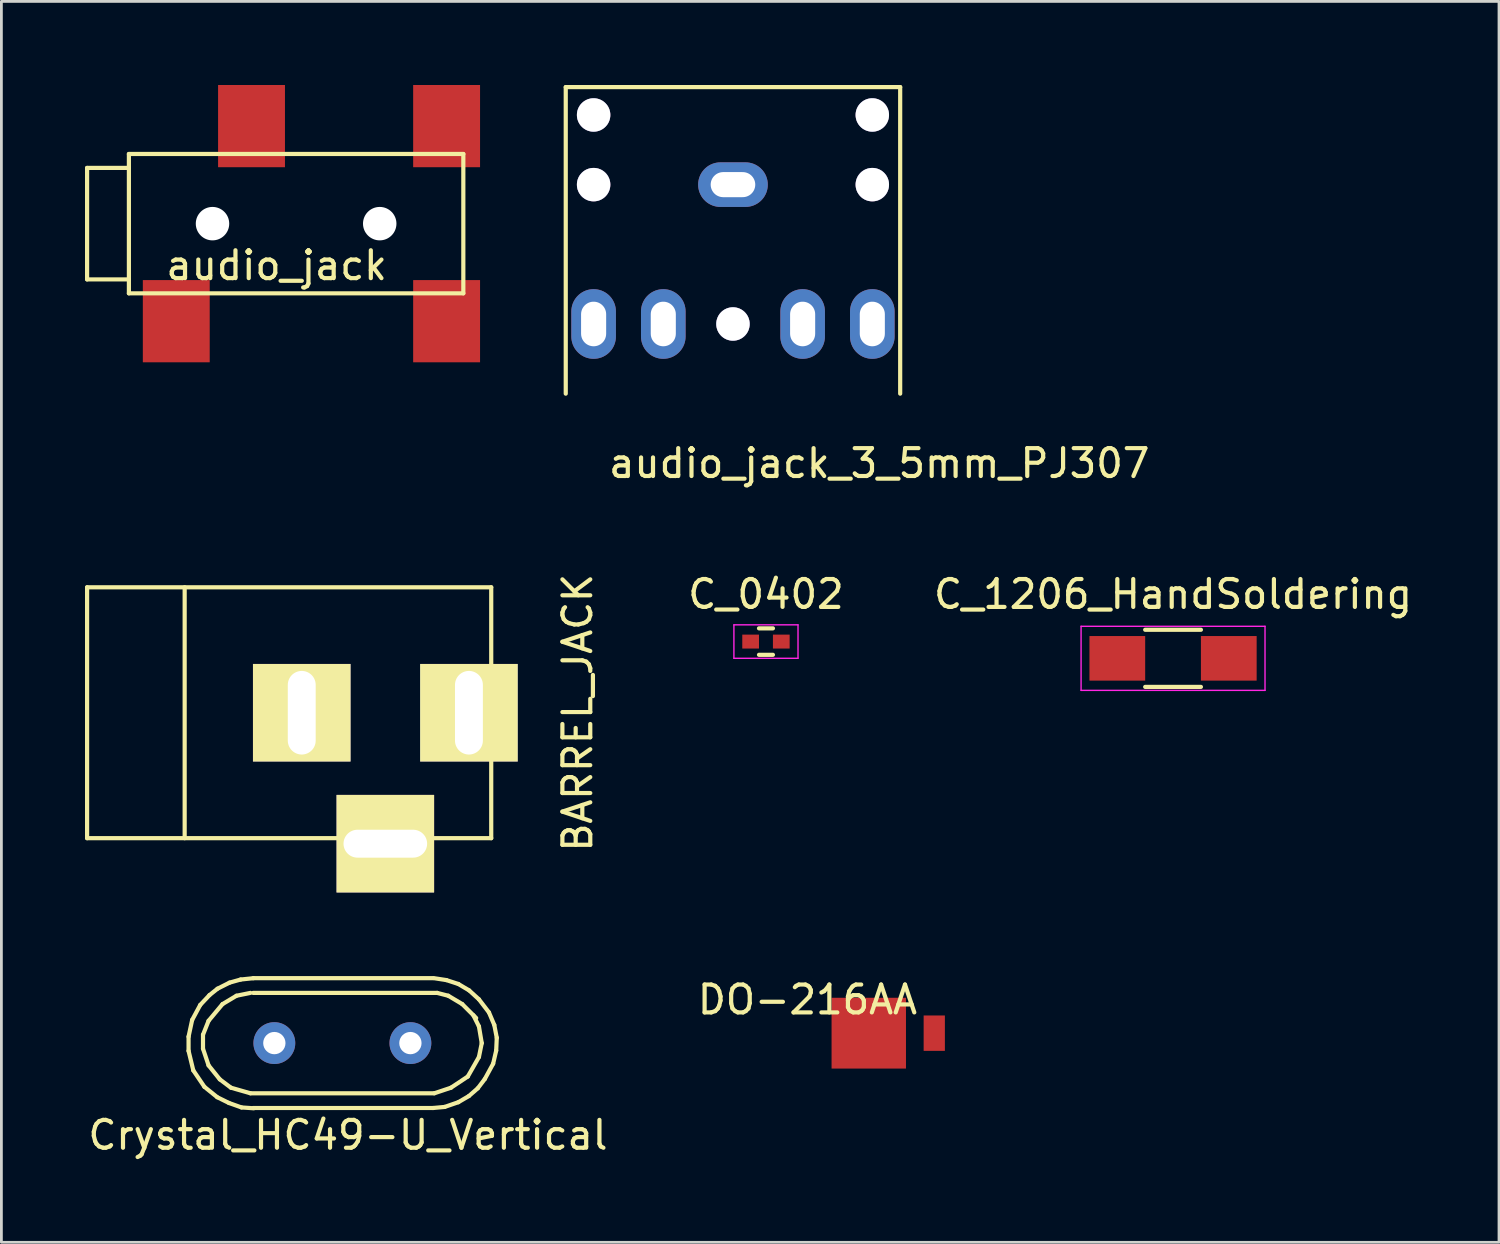
<source format=kicad_pcb>
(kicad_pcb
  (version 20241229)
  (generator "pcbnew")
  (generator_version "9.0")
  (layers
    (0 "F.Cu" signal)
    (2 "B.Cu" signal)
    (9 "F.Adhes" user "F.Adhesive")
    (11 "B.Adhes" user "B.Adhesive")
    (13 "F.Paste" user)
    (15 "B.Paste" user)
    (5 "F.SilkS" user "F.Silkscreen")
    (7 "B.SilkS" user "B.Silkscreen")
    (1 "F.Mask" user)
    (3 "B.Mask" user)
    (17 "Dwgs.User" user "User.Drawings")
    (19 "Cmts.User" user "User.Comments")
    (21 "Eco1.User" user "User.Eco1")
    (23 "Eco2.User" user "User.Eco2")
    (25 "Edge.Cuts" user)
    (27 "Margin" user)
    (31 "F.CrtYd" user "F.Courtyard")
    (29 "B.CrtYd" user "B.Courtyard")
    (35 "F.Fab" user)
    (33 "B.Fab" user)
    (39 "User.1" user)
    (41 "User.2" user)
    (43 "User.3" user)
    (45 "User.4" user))
  (footprint "BARREL_JACK"
    (layer "F.Cu")
    (at 7.576 22.524)
    (property "Reference" "BARREL_JACK" (at 10.099 0 90) (layer "F.SilkS") (effects (font (size 1 1) (thickness 0.15))))
    (attr through_hole)
    (fp_line (start -7.501 -4.501) (end -7.501 4.501) (stroke (width 0.15) (type solid)) (layer "F.SilkS"))
    (fp_line (start -7.501 4.501) (end 7 4.501) (stroke (width 0.15) (type solid)) (layer "F.SilkS"))
    (fp_line (start -4 -4.501) (end -4 4.501) (stroke (width 0.15) (type solid)) (layer "F.SilkS"))
    (fp_line (start 7 -4.501) (end -7.501 -4.501) (stroke (width 0.15) (type solid)) (layer "F.SilkS"))
    (fp_line (start 7 4.501) (end 7 -4.501) (stroke (width 0.15) (type solid)) (layer "F.SilkS"))
    (pad "1" thru_hole rect (at 6.2 0) (size 3.5 3.5) (drill oval 1.001 3) (layers "*.Cu" "*.Mask" "F.SilkS"))
    (pad "2" thru_hole rect (at 0.201 0) (size 3.5 3.5) (drill oval 1.001 3) (layers "*.Cu" "*.Mask" "F.SilkS"))
    (pad "3" thru_hole rect (at 3.2 4.699) (size 3.5 3.5) (drill oval 3 1.001) (layers "*.Cu" "*.Mask" "F.SilkS")))
  (footprint "DO-216AA"
    (layer "F.Cu")
    (at 28.123 34.022)
    (property "Reference" "DO-216AA" (at -2.2 -1.2 0) (layer "F.SilkS") (effects (font (size 1 1) (thickness 0.15))))
    (attr through_hole)
    (pad "1" smd rect (at 2.35 0) (size 0.762 1.27) (layers "F.Cu" "F.Mask" "F.Paste"))
    (pad "2" smd rect (at 0 0) (size 2.67 2.54) (layers "F.Cu" "F.Mask" "F.Paste")))
  (footprint "C_1206_HandSoldering"
    (layer "F.Cu")
    (at 39.041 20.572)
    (property "Reference" "C_1206_HandSoldering" (at 0 -2.3 0) (layer "F.SilkS") (effects (font (size 1 1) (thickness 0.15))))
    (attr smd)
    (fp_line (start -1 1.025) (end 1 1.025) (stroke (width 0.15) (type solid)) (layer "F.SilkS"))
    (fp_line (start 1 -1.025) (end -1 -1.025) (stroke (width 0.15) (type solid)) (layer "F.SilkS"))
    (fp_line (start -3.3 -1.15) (end -3.3 1.15) (stroke (width 0.05) (type solid)) (layer "F.CrtYd"))
    (fp_line (start -3.3 -1.15) (end 3.3 -1.15) (stroke (width 0.05) (type solid)) (layer "F.CrtYd"))
    (fp_line (start -3.3 1.15) (end 3.3 1.15) (stroke (width 0.05) (type solid)) (layer "F.CrtYd"))
    (fp_line (start 3.3 -1.15) (end 3.3 1.15) (stroke (width 0.05) (type solid)) (layer "F.CrtYd"))
    (pad "1" smd rect (at -2 0) (size 2 1.6) (layers "F.Cu" "F.Mask" "F.Paste"))
    (pad "2" smd rect (at 2 0) (size 2 1.6) (layers "F.Cu" "F.Mask" "F.Paste")))
  (footprint "C_0402"
    (layer "F.Cu")
    (at 24.434 19.971)
    (property "Reference" "C_0402" (at 0 -1.7 0) (layer "F.SilkS") (effects (font (size 1 1) (thickness 0.15))))
    (attr smd)
    (fp_line (start -0.25 0.475) (end 0.25 0.475) (stroke (width 0.15) (type solid)) (layer "F.SilkS"))
    (fp_line (start 0.25 -0.475) (end -0.25 -0.475) (stroke (width 0.15) (type solid)) (layer "F.SilkS"))
    (fp_line (start -1.15 -0.6) (end -1.15 0.6) (stroke (width 0.05) (type solid)) (layer "F.CrtYd"))
    (fp_line (start -1.15 -0.6) (end 1.15 -0.6) (stroke (width 0.05) (type solid)) (layer "F.CrtYd"))
    (fp_line (start -1.15 0.6) (end 1.15 0.6) (stroke (width 0.05) (type solid)) (layer "F.CrtYd"))
    (fp_line (start 1.15 -0.6) (end 1.15 0.6) (stroke (width 0.05) (type solid)) (layer "F.CrtYd"))
    (pad "1" smd rect (at -0.55 0) (size 0.6 0.5) (layers "F.Cu" "F.Mask" "F.Paste"))
    (pad "2" smd rect (at 0.55 0) (size 0.6 0.5) (layers "F.Cu" "F.Mask" "F.Paste")))
  (footprint "Crystal_HC49-U_Vertical"
    (layer "F.Cu")
    (at 9.235 34.378)
    (property "Reference" "Crystal_HC49-U_Vertical" (at 0.2 3.3 180) (layer "F.SilkS") (effects (font (size 1 1) (thickness 0.15))))
    (attr through_hole)
    (fp_line (start -5.519 -0.231) (end -5.519 0.279) (stroke (width 0.15) (type solid)) (layer "F.SilkS"))
    (fp_line (start -5.519 0.279) (end -5.349 0.98) (stroke (width 0.15) (type solid)) (layer "F.SilkS"))
    (fp_line (start -5.39 -0.831) (end -5.519 -0.231) (stroke (width 0.15) (type solid)) (layer "F.SilkS"))
    (fp_line (start -5.349 0.98) (end -4.95 1.57) (stroke (width 0.15) (type solid)) (layer "F.SilkS"))
    (fp_line (start -5.1 -1.369) (end -5.39 -0.831) (stroke (width 0.15) (type solid)) (layer "F.SilkS"))
    (fp_line (start -5.001 -0.3) (end -4.801 -0.8) (stroke (width 0.15) (type solid)) (layer "F.SilkS"))
    (fp_line (start -5.001 0.201) (end -5.001 -0.3) (stroke (width 0.15) (type solid)) (layer "F.SilkS"))
    (fp_line (start -4.95 1.57) (end -4.491 1.941) (stroke (width 0.15) (type solid)) (layer "F.SilkS"))
    (fp_line (start -4.801 -0.8) (end -4.3 -1.4) (stroke (width 0.15) (type solid)) (layer "F.SilkS"))
    (fp_line (start -4.801 0.8) (end -5.001 0.201) (stroke (width 0.15) (type solid)) (layer "F.SilkS"))
    (fp_line (start -4.77 -1.72) (end -5.1 -1.369) (stroke (width 0.15) (type solid)) (layer "F.SilkS"))
    (fp_line (start -4.491 1.941) (end -4.069 2.149) (stroke (width 0.15) (type solid)) (layer "F.SilkS"))
    (fp_line (start -4.481 -1.951) (end -4.77 -1.72) (stroke (width 0.15) (type solid)) (layer "F.SilkS"))
    (fp_line (start -4.399 1.3) (end -4.801 0.8) (stroke (width 0.15) (type solid)) (layer "F.SilkS"))
    (fp_line (start -4.3 -1.4) (end -3.8 -1.699) (stroke (width 0.15) (type solid)) (layer "F.SilkS"))
    (fp_line (start -4.069 2.149) (end -3.619 2.309) (stroke (width 0.15) (type solid)) (layer "F.SilkS"))
    (fp_line (start -4.049 -2.169) (end -4.481 -1.951) (stroke (width 0.15) (type solid)) (layer "F.SilkS"))
    (fp_line (start -4 1.6) (end -4.399 1.3) (stroke (width 0.15) (type solid)) (layer "F.SilkS"))
    (fp_line (start -3.8 -1.699) (end -3.299 -1.801) (stroke (width 0.15) (type solid)) (layer "F.SilkS"))
    (fp_line (start -3.65 -2.281) (end -4.049 -2.169) (stroke (width 0.15) (type solid)) (layer "F.SilkS"))
    (fp_line (start -3.619 2.309) (end -3.18 2.339) (stroke (width 0.15) (type solid)) (layer "F.SilkS"))
    (fp_line (start -3.299 1.801) (end -4 1.6) (stroke (width 0.15) (type solid)) (layer "F.SilkS"))
    (fp_line (start -3.2 -2.329) (end 3.251 -2.329) (stroke (width 0.15) (type solid)) (layer "F.SilkS"))
    (fp_line (start -3.2 -1.801) (end 3.401 -1.801) (stroke (width 0.15) (type solid)) (layer "F.SilkS"))
    (fp_line (start -3.2 2.329) (end 3.251 2.329) (stroke (width 0.15) (type solid)) (layer "F.SilkS"))
    (fp_line (start -3.19 -2.329) (end -3.65 -2.281) (stroke (width 0.15) (type solid)) (layer "F.SilkS"))
    (fp_line (start 3.251 2.329) (end 3.67 2.291) (stroke (width 0.15) (type solid)) (layer "F.SilkS"))
    (fp_line (start 3.299 1.801) (end -3.299 1.801) (stroke (width 0.15) (type solid)) (layer "F.SilkS"))
    (fp_line (start 3.401 -1.801) (end 3.8 -1.699) (stroke (width 0.15) (type solid)) (layer "F.SilkS"))
    (fp_line (start 3.67 2.291) (end 4.161 2.121) (stroke (width 0.15) (type solid)) (layer "F.SilkS"))
    (fp_line (start 3.731 -2.261) (end 3.289 -2.329) (stroke (width 0.15) (type solid)) (layer "F.SilkS"))
    (fp_line (start 3.8 -1.699) (end 4.3 -1.4) (stroke (width 0.15) (type solid)) (layer "F.SilkS"))
    (fp_line (start 3.899 1.6) (end 3.299 1.801) (stroke (width 0.15) (type solid)) (layer "F.SilkS"))
    (fp_line (start 4.161 -2.121) (end 3.731 -2.261) (stroke (width 0.15) (type solid)) (layer "F.SilkS"))
    (fp_line (start 4.161 2.121) (end 4.539 1.9) (stroke (width 0.15) (type solid)) (layer "F.SilkS"))
    (fp_line (start 4.3 -1.4) (end 4.801 -0.899) (stroke (width 0.15) (type solid)) (layer "F.SilkS"))
    (fp_line (start 4.501 1.199) (end 3.899 1.6) (stroke (width 0.15) (type solid)) (layer "F.SilkS"))
    (fp_line (start 4.539 1.9) (end 4.859 1.621) (stroke (width 0.15) (type solid)) (layer "F.SilkS"))
    (fp_line (start 4.549 -1.89) (end 4.161 -2.121) (stroke (width 0.15) (type solid)) (layer "F.SilkS"))
    (fp_line (start 4.699 -1.001) (end 4.9 -0.599) (stroke (width 0.15) (type solid)) (layer "F.SilkS"))
    (fp_line (start 4.859 1.621) (end 5.11 1.29) (stroke (width 0.15) (type solid)) (layer "F.SilkS"))
    (fp_line (start 4.9 -1.57) (end 4.549 -1.89) (stroke (width 0.15) (type solid)) (layer "F.SilkS"))
    (fp_line (start 4.9 -0.599) (end 5.001 0) (stroke (width 0.15) (type solid)) (layer "F.SilkS"))
    (fp_line (start 4.9 0.5) (end 4.501 1.199) (stroke (width 0.15) (type solid)) (layer "F.SilkS"))
    (fp_line (start 5.001 0) (end 4.9 0.5) (stroke (width 0.15) (type solid)) (layer "F.SilkS"))
    (fp_line (start 5.11 1.29) (end 5.41 0.739) (stroke (width 0.15) (type solid)) (layer "F.SilkS"))
    (fp_line (start 5.26 -1.1) (end 4.9 -1.57) (stroke (width 0.15) (type solid)) (layer "F.SilkS"))
    (fp_line (start 5.41 0.739) (end 5.519 0.269) (stroke (width 0.15) (type solid)) (layer "F.SilkS"))
    (fp_line (start 5.451 -0.65) (end 5.26 -1.1) (stroke (width 0.15) (type solid)) (layer "F.SilkS"))
    (fp_line (start 5.519 0.269) (end 5.54 -0.191) (stroke (width 0.15) (type solid)) (layer "F.SilkS"))
    (fp_line (start 5.54 -0.191) (end 5.451 -0.65) (stroke (width 0.15) (type solid)) (layer "F.SilkS"))
    (pad "1" thru_hole circle (at -2.441 0) (size 1.501 1.501) (drill 0.8) (layers "*.Cu" "*.Mask"))
    (pad "2" thru_hole circle (at 2.441 0) (size 1.501 1.501) (drill 0.8) (layers "*.Cu" "*.Mask")))
  (footprint "audio_jack"
    (layer "F.Cu")
    (at 1.575 4.975)
    (property "Reference" "audio_jack" (at 5.3 1.5 0) (layer "F.SilkS") (effects (font (size 1 1) (thickness 0.15))))
    (attr through_hole)
    (fp_line (start -1.5 -2) (end -1.5 2) (stroke (width 0.15) (type solid)) (layer "F.SilkS"))
    (fp_line (start -1.5 2) (end 0 2) (stroke (width 0.15) (type solid)) (layer "F.SilkS"))
    (fp_line (start 0 -2.5) (end 12 -2.5) (stroke (width 0.15) (type solid)) (layer "F.SilkS"))
    (fp_line (start 0 -2) (end -1.5 -2) (stroke (width 0.15) (type solid)) (layer "F.SilkS"))
    (fp_line (start 0 2.5) (end 0 -2.5) (stroke (width 0.15) (type solid)) (layer "F.SilkS"))
    (fp_line (start 12 -2.5) (end 12 2.5) (stroke (width 0.15) (type solid)) (layer "F.SilkS"))
    (fp_line (start 12 2.5) (end 0 2.5) (stroke (width 0.15) (type solid)) (layer "F.SilkS"))
    (pad "" np_thru_hole circle (at 3 0) (size 1.2 1.2) (drill 1.2) (layers "*.Cu" "*.Mask"))
    (pad "" np_thru_hole circle (at 9 0) (size 1.2 1.2) (drill 1.2) (layers "*.Cu" "*.Mask"))
    (pad "1" smd rect (at 1.7 3.5) (size 2.4 2.95) (layers "F.Cu" "F.Mask" "F.Paste"))
    (pad "2" smd rect (at 11.4 3.5) (size 2.4 2.95) (layers "F.Cu" "F.Mask" "F.Paste"))
    (pad "3" smd rect (at 4.4 -3.5) (size 2.4 2.95) (layers "F.Cu" "F.Mask" "F.Paste"))
    (pad "4" smd rect (at 11.4 -3.5) (size 2.4 2.95) (layers "F.Cu" "F.Mask" "F.Paste")))
  (footprint "audio_jack_3_5mm_PJ307"
    (layer "F.Cu")
    (at 23.25 3.575)
    (property "Reference" "audio_jack_3_5mm_PJ307" (at 5.25 10 0) (layer "F.SilkS") (effects (font (size 1 1) (thickness 0.15))))
    (attr through_hole)
    (fp_line (start -6 -3.5) (end -6 7.5) (stroke (width 0.15) (type solid)) (layer "F.SilkS"))
    (fp_line (start -6 -3.5) (end 6 -3.5) (stroke (width 0.15) (type solid)) (layer "F.SilkS"))
    (fp_line (start 6 -3.5) (end 6 7.5) (stroke (width 0.15) (type solid)) (layer "F.SilkS"))
    (pad "1" thru_hole oval (at -5 5) (size 1.6 2.5) (drill oval 0.9 1.6) (layers "*.Cu" "*.Mask"))
    (pad "2" thru_hole oval (at 5 5) (size 1.6 2.5) (drill oval 0.9 1.6) (layers "*.Cu" "*.Mask"))
    (pad "3" thru_hole oval (at 0 0) (size 2.5 1.6) (drill oval 1.6 0.9) (layers "*.Cu" "*.Mask"))
    (pad "4" thru_hole oval (at -2.5 5) (size 1.6 2.5) (drill oval 0.9 1.6) (layers "*.Cu" "*.Mask"))
    (pad "5" thru_hole oval (at 2.5 5) (size 1.6 2.5) (drill oval 0.9 1.6) (layers "*.Cu" "*.Mask"))
    (pad "6" thru_hole oval (at 0 5) (size 1.2 1.2) (drill oval 1.2) (layers "*.Cu" "*.Mask"))
    (pad "7" thru_hole oval (at 5 0) (size 1.2 1.2) (drill oval 1.2) (layers "*.Cu" "*.Mask"))
    (pad "8" thru_hole oval (at -5 0) (size 1.2 1.2) (drill oval 1.2) (layers "*.Cu" "*.Mask"))
    (pad "9" thru_hole oval (at 5 -2.5) (size 1.2 1.2) (drill oval 1.2) (layers "*.Cu" "*.Mask"))
    (pad "10" thru_hole oval (at -5 -2.5) (size 1.2 1.2) (drill oval 1.2) (layers "*.Cu" "*.Mask")))
  (gr_rect
    (start -3 -3)
    (end 50.737 41.526)
    (stroke (width 0.1) (type default))
    (fill no)
    (layer "Edge.Cuts")))
</source>
